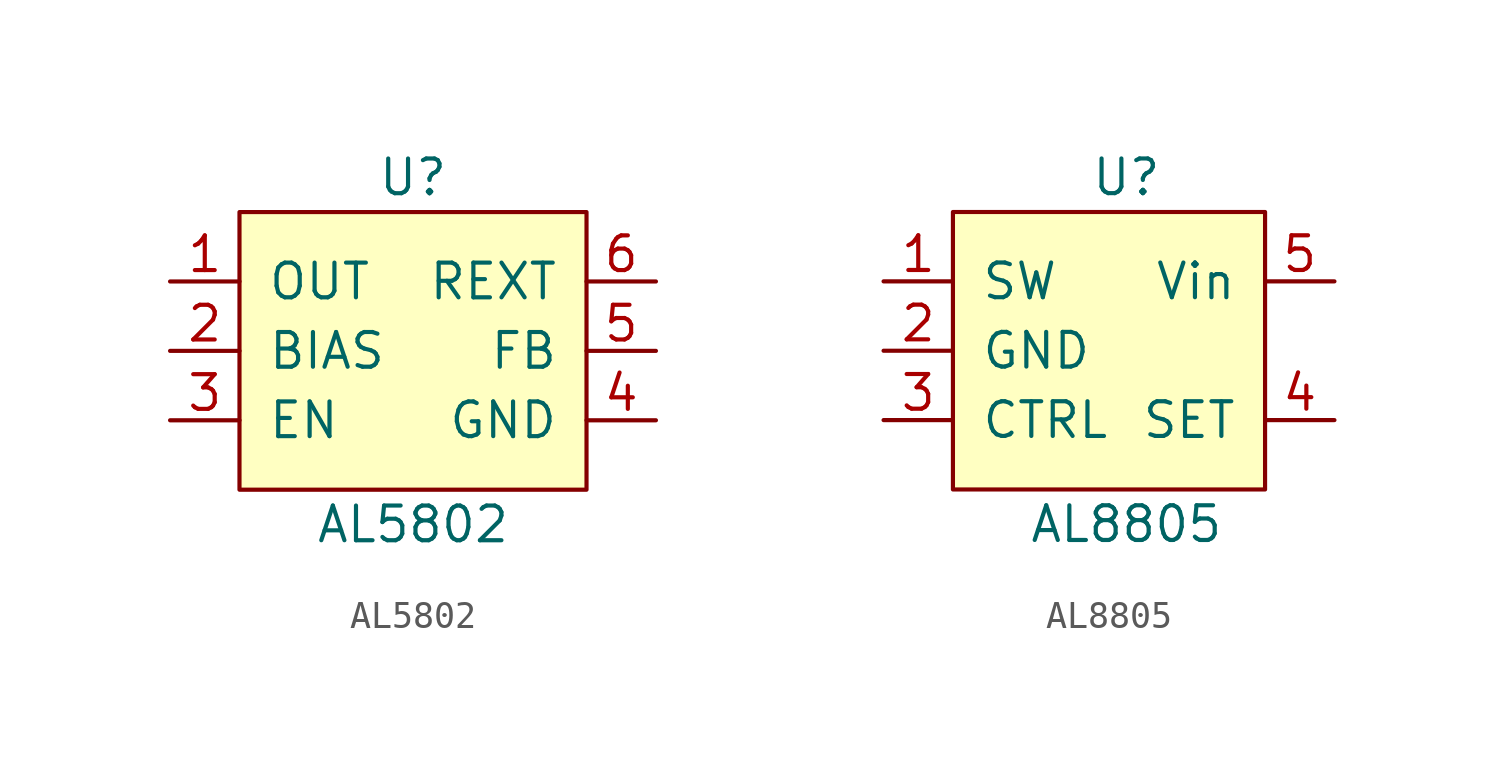
<source format=kicad_sym>
(kicad_symbol_lib
  (version 20211014)
  (generator kicad_symbol_editor)
  (symbol "AL5802"
    (pin_names
      (offset 1.016))
    (property "Reference" "U"
      (at 0 6.35 0)
      (effects (font (size 1.27 1.27))))
    (property "Value" "AL5802"
      (at 0 -6.35 0)
      (effects (font (size 1.27 1.27))))
    (symbol "AL5802_0_1"
      (rectangle (start -6.35 5.08) (end 6.35 -5.08) (stroke (width 0) (type default) (color 0 0 0 0)) (fill (type background))))
    (symbol "AL5802_1_1"
      (pin power_out line (at -8.89 2.54 0) (length 2.54) (name "OUT" (effects (font (size 1.27 1.27)))) (number "1" (effects (font (size 1.27 1.27)))))
      (pin input line (at -8.89 0 0) (length 2.54) (name "BIAS" (effects (font (size 1.27 1.27)))) (number "2" (effects (font (size 1.27 1.27)))))
      (pin input line (at -8.89 -2.54 0) (length 2.54) (name "EN" (effects (font (size 1.27 1.27)))) (number "3" (effects (font (size 1.27 1.27)))))
      (pin power_in line (at 8.89 -2.54 180) (length 2.54) (name "GND" (effects (font (size 1.27 1.27)))) (number "4" (effects (font (size 1.27 1.27)))))
      (pin input line (at 8.89 0 180) (length 2.54) (name "FB" (effects (font (size 1.27 1.27)))) (number "5" (effects (font (size 1.27 1.27)))))
      (pin input line (at 8.89 2.54 180) (length 2.54) (name "REXT" (effects (font (size 1.27 1.27)))) (number "6" (effects (font (size 1.27 1.27)))))))
  (symbol "AL8805"
    (pin_names
      (offset 1.016))
    (property "Reference" "U"
      (at 0 6.35 0)
      (effects (font (size 1.27 1.27))))
    (property "Value" "AL8805"
      (at 0 -6.35 0)
      (effects (font (size 1.27 1.27))))
    (symbol "AL8805_0_1"
      (rectangle (start -6.35 5.08) (end 5.08 -5.08) (stroke (width 0) (type default) (color 0 0 0 0)) (fill (type background))))
    (symbol "AL8805_1_1"
      (pin passive line (at -8.89 2.54 0) (length 2.54) (name "SW" (effects (font (size 1.27 1.27)))) (number "1" (effects (font (size 1.27 1.27)))))
      (pin power_in line (at -8.89 0 0) (length 2.54) (name "GND" (effects (font (size 1.27 1.27)))) (number "2" (effects (font (size 1.27 1.27)))))
      (pin passive line (at -8.89 -2.54 0) (length 2.54) (name "CTRL" (effects (font (size 1.27 1.27)))) (number "3" (effects (font (size 1.27 1.27)))))
      (pin input line (at 7.62 -2.54 180) (length 2.54) (name "SET" (effects (font (size 1.27 1.27)))) (number "4" (effects (font (size 1.27 1.27)))))
      (pin power_in line (at 7.62 2.54 180) (length 2.54) (name "Vin" (effects (font (size 1.27 1.27)))) (number "5" (effects (font (size 1.27 1.27))))))))
</source>
